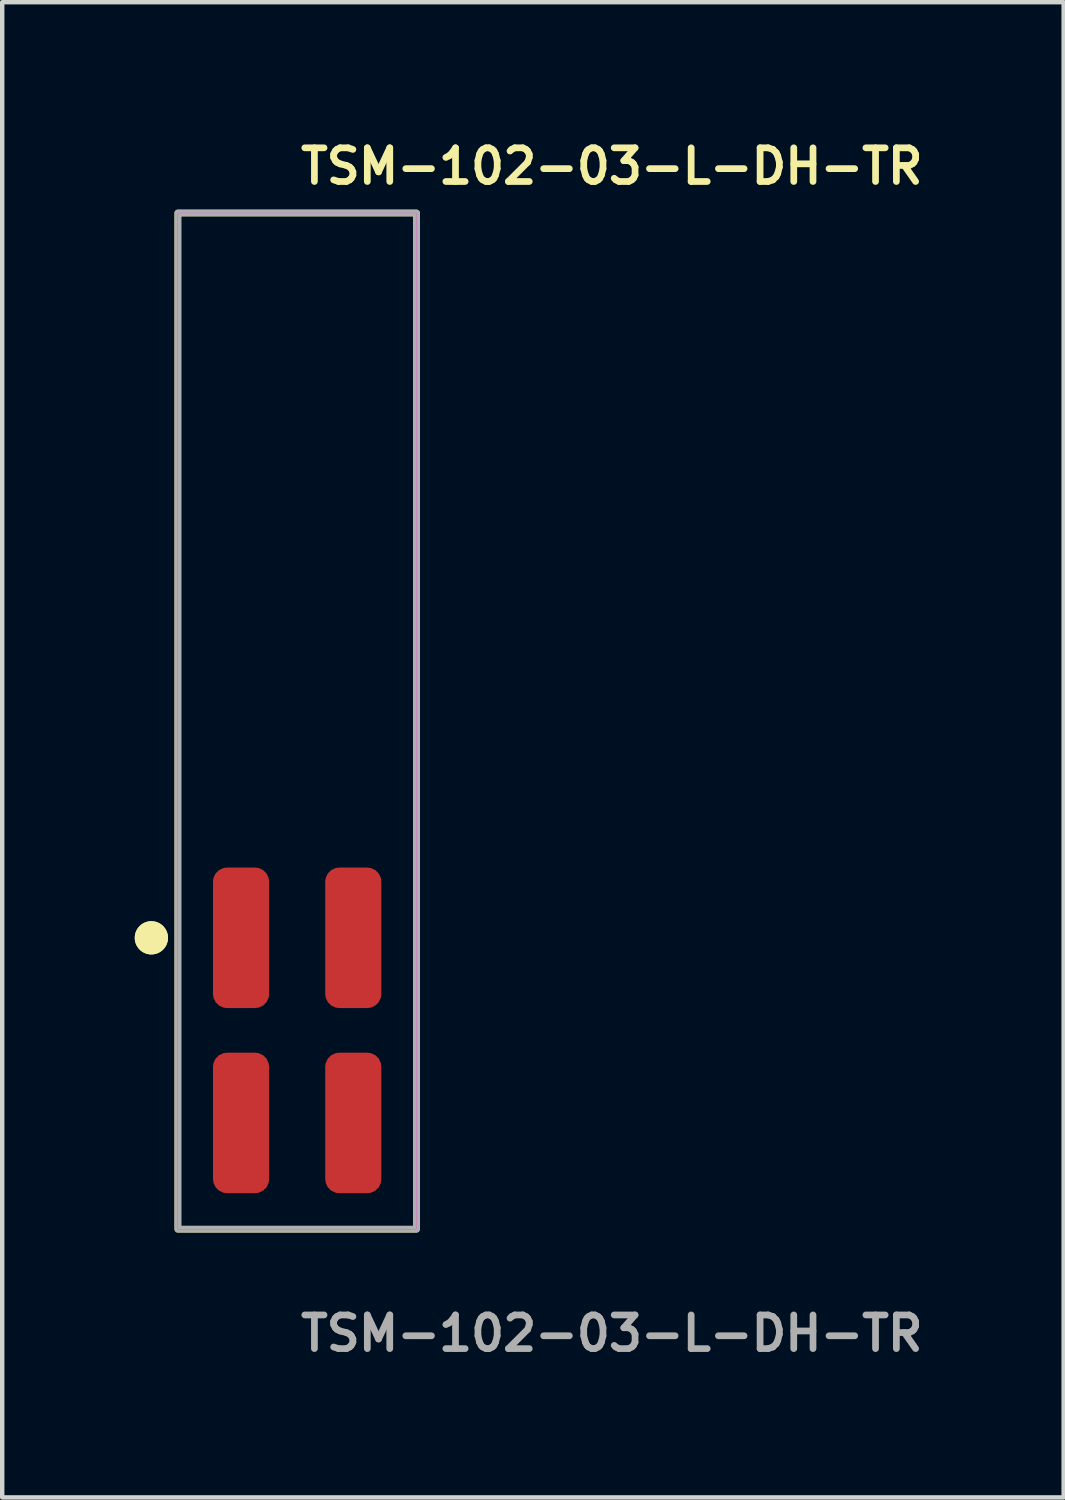
<source format=kicad_pcb>
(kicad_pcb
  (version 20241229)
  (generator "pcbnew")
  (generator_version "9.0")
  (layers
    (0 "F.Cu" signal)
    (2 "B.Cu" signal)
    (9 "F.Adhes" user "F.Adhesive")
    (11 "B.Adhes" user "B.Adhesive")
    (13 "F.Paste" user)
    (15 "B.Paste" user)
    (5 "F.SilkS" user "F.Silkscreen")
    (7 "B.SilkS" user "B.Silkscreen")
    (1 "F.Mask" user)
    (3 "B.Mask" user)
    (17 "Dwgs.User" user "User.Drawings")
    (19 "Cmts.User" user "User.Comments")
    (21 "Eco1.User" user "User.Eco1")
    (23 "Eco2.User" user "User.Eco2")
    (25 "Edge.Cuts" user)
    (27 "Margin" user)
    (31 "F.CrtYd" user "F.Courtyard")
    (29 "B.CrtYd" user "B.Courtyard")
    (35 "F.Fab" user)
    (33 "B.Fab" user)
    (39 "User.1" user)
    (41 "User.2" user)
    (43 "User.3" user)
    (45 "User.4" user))
  (footprint "TSM-102-03-L-DH-TR"
    (layer "F.Cu")
    (at 3.676 20.271)
    (property "Reference" "TSM-102-03-L-DH-TR" (at 0 -19.558 0) (unlocked yes) (layer "F.SilkS") (effects (font (size 0.762 0.762) (thickness 0.152)) (justify left)))
    (fp_rect (start -2.7 4.5) (end 2.7 -18.5) (stroke (width 0.152) (type solid)) (fill no) (layer "F.SilkS"))
    (fp_circle (center -3.3 -2.095) (end -3.6 -2.095) (stroke (width 0.152) (type solid)) (fill yes) (layer "F.SilkS"))
    (fp_circle (center -3.3 -2.095) (end -3.6 -2.095) (stroke (width 0.152) (type solid)) (fill yes) (layer "F.SilkS"))
    (fp_rect (start -2.7 4.5) (end 2.7 -18.5) (stroke (width 0.006) (type solid)) (fill no) (layer "F.CrtYd"))
    (fp_rect (start -2.7 4.5) (end 2.7 -18.5) (stroke (width 0.152) (type solid)) (fill no) (layer "F.Fab"))
    (fp_text user "${REFERENCE}" (at 0 6.858 0) (unlocked yes) (layer "F.Fab") (effects (font (size 0.762 0.762) (thickness 0.152)) (justify left)))
    (pad "1" smd roundrect (at -1.27 2.095) (size 1.27 3.18) (layers "F.Cu" "F.Paste") (roundrect_rratio 0.25))
    (pad "2" smd roundrect (at -1.27 -2.095) (size 1.27 3.18) (layers "F.Cu" "F.Paste") (roundrect_rratio 0.25))
    (pad "3" smd roundrect (at 1.27 2.095) (size 1.27 3.18) (layers "F.Cu" "F.Paste") (roundrect_rratio 0.25))
    (pad "4" smd roundrect (at 1.27 -2.095) (size 1.27 3.18) (layers "F.Cu" "F.Paste") (roundrect_rratio 0.25)))
  (gr_rect
    (start -3 -3)
    (end 21.024 30.842)
    (stroke (width 0.1) (type default))
    (fill no)
    (layer "Edge.Cuts")))
</source>
